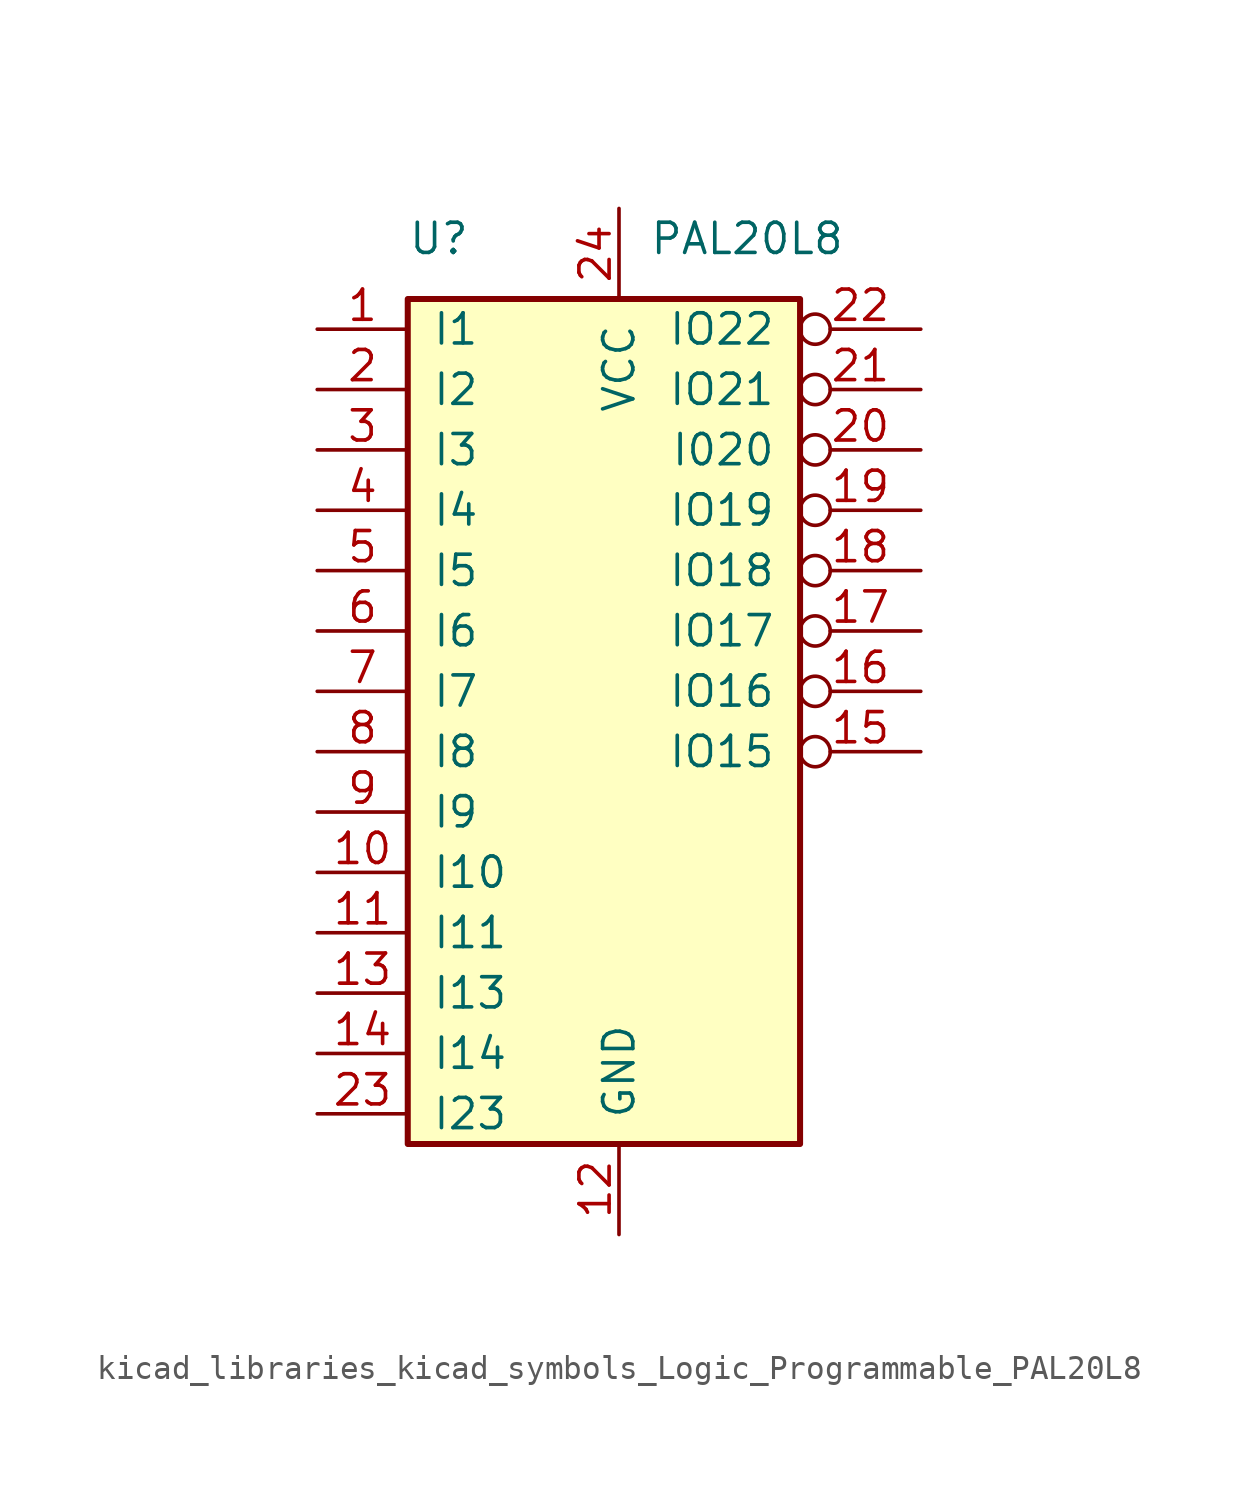
<source format=kicad_sym>
(kicad_symbol_lib
  (version 20220914)
  (generator kicad_symbol_editor)
  (symbol "kicad_libraries_kicad_symbols_Logic_Programmable_PAL20L8"
    (pin_names
      (offset 1.016))
    (property "Reference" "U"
      (at -8.89 21.59 0)
      (effects (font (size 1.27 1.27)) (justify left)))
    (property "Value" "PAL20L8"
      (at 1.27 21.59 0)
      (effects (font (size 1.27 1.27)) (justify left)))
    (symbol "kicad_libraries_kicad_symbols_Logic_Programmable_PAL20L8_0_0"
      (pin power_in line (at 0 -20.32 90) (length 3.81) (name "GND" (effects (font (size 1.27 1.27)))) (number "12" (effects (font (size 1.27 1.27)))))
      (pin power_in line (at 0 22.86 270) (length 3.81) (name "VCC" (effects (font (size 1.27 1.27)))) (number "24" (effects (font (size 1.27 1.27))))))
    (symbol "kicad_libraries_kicad_symbols_Logic_Programmable_PAL20L8_0_1"
      (rectangle (start -8.89 19.05) (end 7.62 -16.51) (stroke (width 0.254) (type default)) (fill (type background))))
    (symbol "kicad_libraries_kicad_symbols_Logic_Programmable_PAL20L8_1_1"
      (pin input line (at -12.7 17.78 0) (length 3.81) (name "I1" (effects (font (size 1.27 1.27)))) (number "1" (effects (font (size 1.27 1.27)))))
      (pin input line (at -12.7 -5.08 0) (length 3.81) (name "I10" (effects (font (size 1.27 1.27)))) (number "10" (effects (font (size 1.27 1.27)))))
      (pin input line (at -12.7 -7.62 0) (length 3.81) (name "I11" (effects (font (size 1.27 1.27)))) (number "11" (effects (font (size 1.27 1.27)))))
      (pin input line (at -12.7 -10.16 0) (length 3.81) (name "I13" (effects (font (size 1.27 1.27)))) (number "13" (effects (font (size 1.27 1.27)))))
      (pin input line (at -12.7 -12.7 0) (length 3.81) (name "I14" (effects (font (size 1.27 1.27)))) (number "14" (effects (font (size 1.27 1.27)))))
      (pin tri_state inverted (at 12.7 0 180) (length 5.08) (name "IO15" (effects (font (size 1.27 1.27)))) (number "15" (effects (font (size 1.27 1.27)))))
      (pin tri_state inverted (at 12.7 2.54 180) (length 5.08) (name "IO16" (effects (font (size 1.27 1.27)))) (number "16" (effects (font (size 1.27 1.27)))))
      (pin tri_state inverted (at 12.7 5.08 180) (length 5.08) (name "IO17" (effects (font (size 1.27 1.27)))) (number "17" (effects (font (size 1.27 1.27)))))
      (pin tri_state inverted (at 12.7 7.62 180) (length 5.08) (name "IO18" (effects (font (size 1.27 1.27)))) (number "18" (effects (font (size 1.27 1.27)))))
      (pin tri_state inverted (at 12.7 10.16 180) (length 5.08) (name "IO19" (effects (font (size 1.27 1.27)))) (number "19" (effects (font (size 1.27 1.27)))))
      (pin input line (at -12.7 15.24 0) (length 3.81) (name "I2" (effects (font (size 1.27 1.27)))) (number "2" (effects (font (size 1.27 1.27)))))
      (pin tri_state inverted (at 12.7 12.7 180) (length 5.08) (name "I020" (effects (font (size 1.27 1.27)))) (number "20" (effects (font (size 1.27 1.27)))))
      (pin tri_state inverted (at 12.7 15.24 180) (length 5.08) (name "IO21" (effects (font (size 1.27 1.27)))) (number "21" (effects (font (size 1.27 1.27)))))
      (pin tri_state inverted (at 12.7 17.78 180) (length 5.08) (name "IO22" (effects (font (size 1.27 1.27)))) (number "22" (effects (font (size 1.27 1.27)))))
      (pin input line (at -12.7 -15.24 0) (length 3.81) (name "I23" (effects (font (size 1.27 1.27)))) (number "23" (effects (font (size 1.27 1.27)))))
      (pin input line (at -12.7 12.7 0) (length 3.81) (name "I3" (effects (font (size 1.27 1.27)))) (number "3" (effects (font (size 1.27 1.27)))))
      (pin input line (at -12.7 10.16 0) (length 3.81) (name "I4" (effects (font (size 1.27 1.27)))) (number "4" (effects (font (size 1.27 1.27)))))
      (pin input line (at -12.7 7.62 0) (length 3.81) (name "I5" (effects (font (size 1.27 1.27)))) (number "5" (effects (font (size 1.27 1.27)))))
      (pin input line (at -12.7 5.08 0) (length 3.81) (name "I6" (effects (font (size 1.27 1.27)))) (number "6" (effects (font (size 1.27 1.27)))))
      (pin input line (at -12.7 2.54 0) (length 3.81) (name "I7" (effects (font (size 1.27 1.27)))) (number "7" (effects (font (size 1.27 1.27)))))
      (pin input line (at -12.7 0 0) (length 3.81) (name "I8" (effects (font (size 1.27 1.27)))) (number "8" (effects (font (size 1.27 1.27)))))
      (pin input line (at -12.7 -2.54 0) (length 3.81) (name "I9" (effects (font (size 1.27 1.27)))) (number "9" (effects (font (size 1.27 1.27))))))))
</source>
